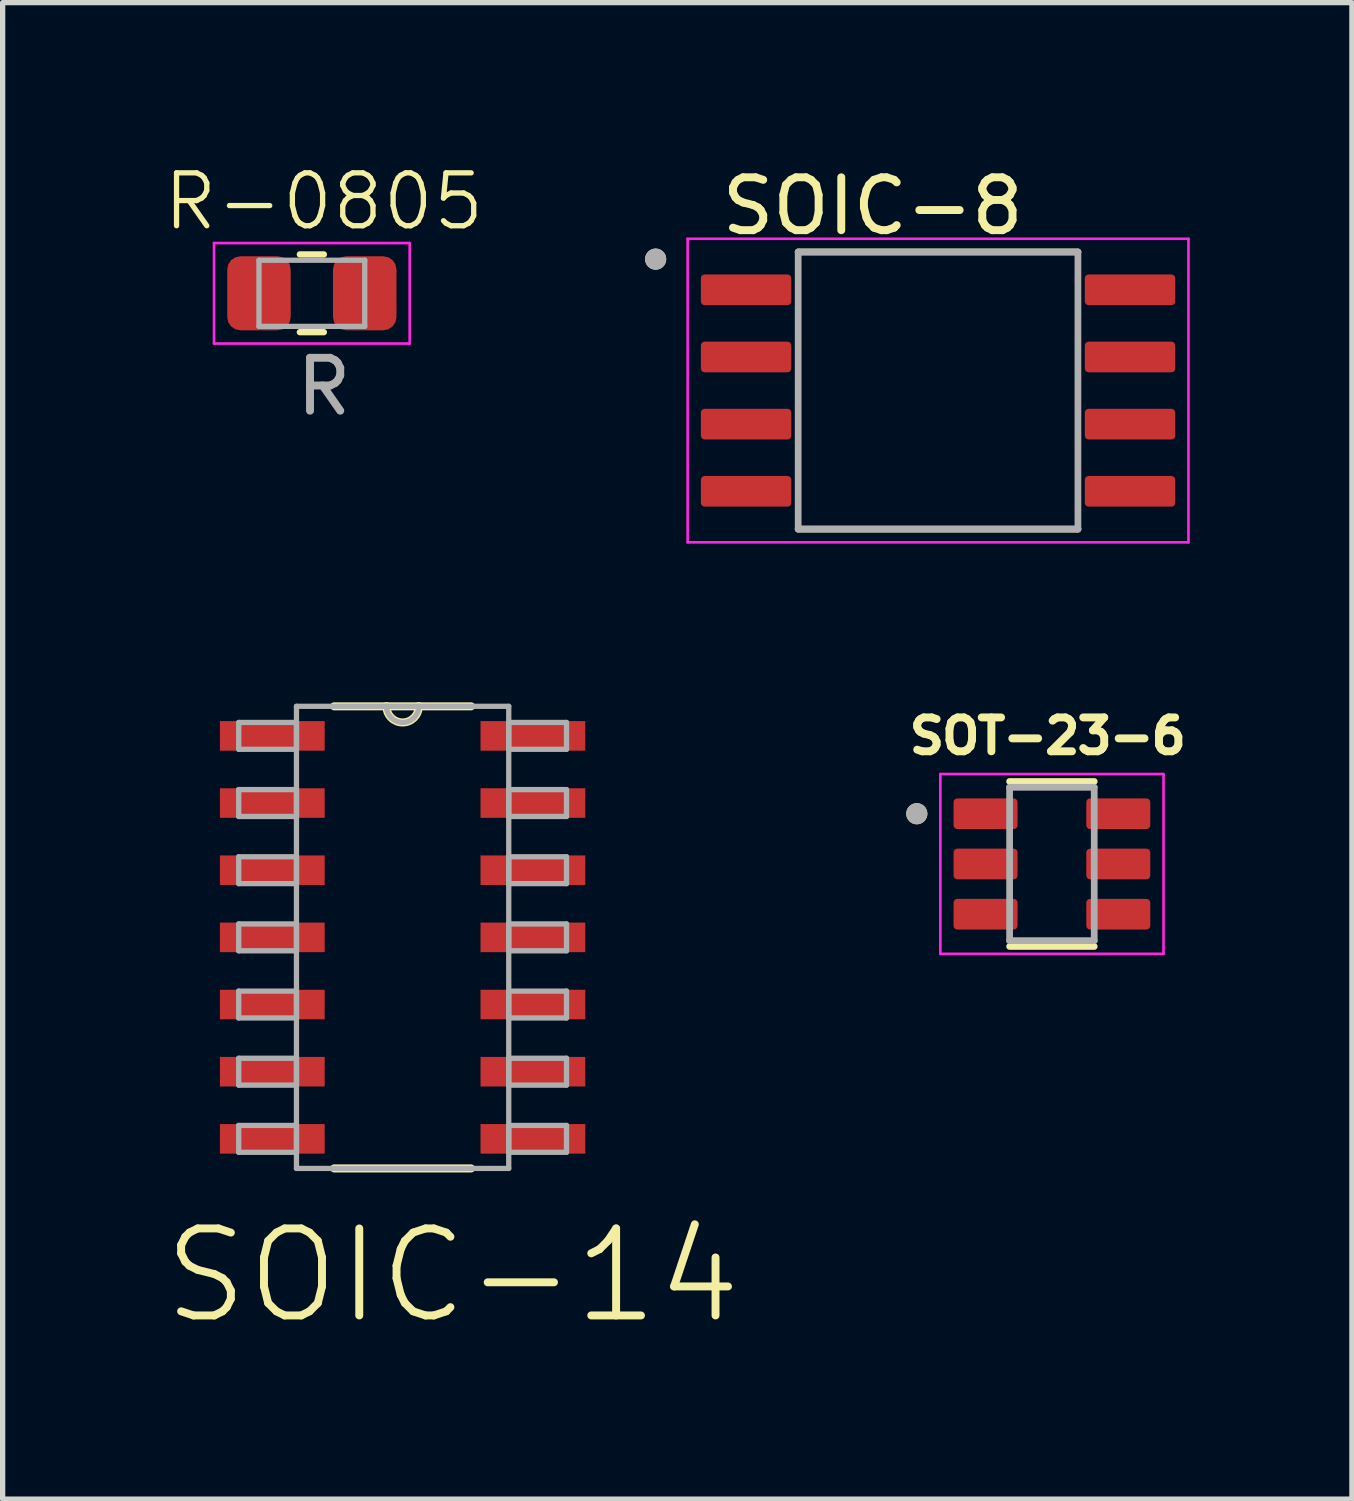
<source format=kicad_pcb>
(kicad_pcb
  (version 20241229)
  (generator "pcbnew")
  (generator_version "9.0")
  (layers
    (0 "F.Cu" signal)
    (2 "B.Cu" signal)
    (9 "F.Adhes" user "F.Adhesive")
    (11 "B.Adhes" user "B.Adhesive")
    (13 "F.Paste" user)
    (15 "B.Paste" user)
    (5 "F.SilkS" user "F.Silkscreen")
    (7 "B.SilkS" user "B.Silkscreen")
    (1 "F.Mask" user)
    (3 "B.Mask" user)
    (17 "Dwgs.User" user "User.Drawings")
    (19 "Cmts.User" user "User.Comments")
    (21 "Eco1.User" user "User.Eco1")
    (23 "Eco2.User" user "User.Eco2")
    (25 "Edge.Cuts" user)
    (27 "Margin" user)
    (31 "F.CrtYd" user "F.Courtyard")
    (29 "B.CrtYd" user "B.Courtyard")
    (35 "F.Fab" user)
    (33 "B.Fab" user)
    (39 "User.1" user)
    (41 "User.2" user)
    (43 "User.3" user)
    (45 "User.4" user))
  (footprint "SOIC-14"
    (layer "F.Cu")
    (at 4.563 14.675)
    (property "Reference" "SOIC-14" (at 0.943 6.396 0) (layer "F.SilkS") (effects (font (size 1.645 1.645) (thickness 0.15))))
    (attr smd)
    (fp_line (start -1.295 4.369) (end 1.295 4.369) (stroke (width 0.152) (type solid)) (layer "F.SilkS"))
    (fp_line (start -0.305 -4.369) (end -1.295 -4.369) (stroke (width 0.152) (type solid)) (layer "F.SilkS"))
    (fp_line (start 0.305 -4.369) (end -0.305 -4.369) (stroke (width 0.152) (type solid)) (layer "F.SilkS"))
    (fp_line (start 1.295 -4.369) (end 0.305 -4.369) (stroke (width 0.152) (type solid)) (layer "F.SilkS"))
    (fp_arc (start 0.3048 -4.3688) (mid 0 -4.064) (end -0.3048 -4.3688) (stroke (width 0.1524) (type solid)) (layer "F.SilkS"))
    (fp_line (start -3.099 -4.064) (end -3.099 -3.556) (stroke (width 0.1) (type solid)) (layer "F.Fab"))
    (fp_line (start -3.099 -3.556) (end -2.007 -3.556) (stroke (width 0.1) (type solid)) (layer "F.Fab"))
    (fp_line (start -3.099 -2.794) (end -3.099 -2.286) (stroke (width 0.1) (type solid)) (layer "F.Fab"))
    (fp_line (start -3.099 -2.286) (end -2.007 -2.286) (stroke (width 0.1) (type solid)) (layer "F.Fab"))
    (fp_line (start -3.099 -1.524) (end -3.099 -1.016) (stroke (width 0.1) (type solid)) (layer "F.Fab"))
    (fp_line (start -3.099 -1.016) (end -2.007 -1.016) (stroke (width 0.1) (type solid)) (layer "F.Fab"))
    (fp_line (start -3.099 -0.254) (end -3.099 0.254) (stroke (width 0.1) (type solid)) (layer "F.Fab"))
    (fp_line (start -3.099 0.254) (end -2.007 0.254) (stroke (width 0.1) (type solid)) (layer "F.Fab"))
    (fp_line (start -3.099 1.016) (end -3.099 1.524) (stroke (width 0.1) (type solid)) (layer "F.Fab"))
    (fp_line (start -3.099 1.524) (end -2.007 1.524) (stroke (width 0.1) (type solid)) (layer "F.Fab"))
    (fp_line (start -3.099 2.286) (end -3.099 2.794) (stroke (width 0.1) (type solid)) (layer "F.Fab"))
    (fp_line (start -3.099 2.794) (end -2.007 2.794) (stroke (width 0.1) (type solid)) (layer "F.Fab"))
    (fp_line (start -3.099 3.556) (end -3.099 4.064) (stroke (width 0.1) (type solid)) (layer "F.Fab"))
    (fp_line (start -3.099 4.064) (end -2.007 4.064) (stroke (width 0.1) (type solid)) (layer "F.Fab"))
    (fp_line (start -2.007 -4.369) (end -2.007 4.369) (stroke (width 0.1) (type solid)) (layer "F.Fab"))
    (fp_line (start -2.007 -4.064) (end -3.099 -4.064) (stroke (width 0.1) (type solid)) (layer "F.Fab"))
    (fp_line (start -2.007 -3.556) (end -2.007 -4.064) (stroke (width 0.1) (type solid)) (layer "F.Fab"))
    (fp_line (start -2.007 -2.794) (end -3.099 -2.794) (stroke (width 0.1) (type solid)) (layer "F.Fab"))
    (fp_line (start -2.007 -2.286) (end -2.007 -2.794) (stroke (width 0.1) (type solid)) (layer "F.Fab"))
    (fp_line (start -2.007 -1.524) (end -3.099 -1.524) (stroke (width 0.1) (type solid)) (layer "F.Fab"))
    (fp_line (start -2.007 -1.016) (end -2.007 -1.524) (stroke (width 0.1) (type solid)) (layer "F.Fab"))
    (fp_line (start -2.007 -0.254) (end -3.099 -0.254) (stroke (width 0.1) (type solid)) (layer "F.Fab"))
    (fp_line (start -2.007 0.254) (end -2.007 -0.254) (stroke (width 0.1) (type solid)) (layer "F.Fab"))
    (fp_line (start -2.007 1.016) (end -3.099 1.016) (stroke (width 0.1) (type solid)) (layer "F.Fab"))
    (fp_line (start -2.007 1.524) (end -2.007 1.016) (stroke (width 0.1) (type solid)) (layer "F.Fab"))
    (fp_line (start -2.007 2.286) (end -3.099 2.286) (stroke (width 0.1) (type solid)) (layer "F.Fab"))
    (fp_line (start -2.007 2.794) (end -2.007 2.286) (stroke (width 0.1) (type solid)) (layer "F.Fab"))
    (fp_line (start -2.007 3.556) (end -3.099 3.556) (stroke (width 0.1) (type solid)) (layer "F.Fab"))
    (fp_line (start -2.007 4.064) (end -2.007 3.556) (stroke (width 0.1) (type solid)) (layer "F.Fab"))
    (fp_line (start -2.007 4.369) (end 2.007 4.369) (stroke (width 0.1) (type solid)) (layer "F.Fab"))
    (fp_line (start -0.305 -4.369) (end -2.007 -4.369) (stroke (width 0.1) (type solid)) (layer "F.Fab"))
    (fp_line (start 0.305 -4.369) (end -0.305 -4.369) (stroke (width 0.1) (type solid)) (layer "F.Fab"))
    (fp_line (start 2.007 -4.369) (end 0.305 -4.369) (stroke (width 0.1) (type solid)) (layer "F.Fab"))
    (fp_line (start 2.007 -4.064) (end 2.007 -3.556) (stroke (width 0.1) (type solid)) (layer "F.Fab"))
    (fp_line (start 2.007 -3.556) (end 3.099 -3.556) (stroke (width 0.1) (type solid)) (layer "F.Fab"))
    (fp_line (start 2.007 -2.794) (end 2.007 -2.286) (stroke (width 0.1) (type solid)) (layer "F.Fab"))
    (fp_line (start 2.007 -2.286) (end 3.099 -2.286) (stroke (width 0.1) (type solid)) (layer "F.Fab"))
    (fp_line (start 2.007 -1.524) (end 2.007 -1.016) (stroke (width 0.1) (type solid)) (layer "F.Fab"))
    (fp_line (start 2.007 -1.016) (end 3.099 -1.016) (stroke (width 0.1) (type solid)) (layer "F.Fab"))
    (fp_line (start 2.007 -0.254) (end 2.007 0.254) (stroke (width 0.1) (type solid)) (layer "F.Fab"))
    (fp_line (start 2.007 0.254) (end 3.099 0.254) (stroke (width 0.1) (type solid)) (layer "F.Fab"))
    (fp_line (start 2.007 1.016) (end 2.007 1.524) (stroke (width 0.1) (type solid)) (layer "F.Fab"))
    (fp_line (start 2.007 1.524) (end 3.099 1.524) (stroke (width 0.1) (type solid)) (layer "F.Fab"))
    (fp_line (start 2.007 2.286) (end 2.007 2.794) (stroke (width 0.1) (type solid)) (layer "F.Fab"))
    (fp_line (start 2.007 2.794) (end 3.099 2.794) (stroke (width 0.1) (type solid)) (layer "F.Fab"))
    (fp_line (start 2.007 3.556) (end 2.007 4.064) (stroke (width 0.1) (type solid)) (layer "F.Fab"))
    (fp_line (start 2.007 4.064) (end 3.099 4.064) (stroke (width 0.1) (type solid)) (layer "F.Fab"))
    (fp_line (start 2.007 4.369) (end 2.007 -4.369) (stroke (width 0.1) (type solid)) (layer "F.Fab"))
    (fp_line (start 3.099 -4.064) (end 2.007 -4.064) (stroke (width 0.1) (type solid)) (layer "F.Fab"))
    (fp_line (start 3.099 -3.556) (end 3.099 -4.064) (stroke (width 0.1) (type solid)) (layer "F.Fab"))
    (fp_line (start 3.099 -2.794) (end 2.007 -2.794) (stroke (width 0.1) (type solid)) (layer "F.Fab"))
    (fp_line (start 3.099 -2.286) (end 3.099 -2.794) (stroke (width 0.1) (type solid)) (layer "F.Fab"))
    (fp_line (start 3.099 -1.524) (end 2.007 -1.524) (stroke (width 0.1) (type solid)) (layer "F.Fab"))
    (fp_line (start 3.099 -1.016) (end 3.099 -1.524) (stroke (width 0.1) (type solid)) (layer "F.Fab"))
    (fp_line (start 3.099 -0.254) (end 2.007 -0.254) (stroke (width 0.1) (type solid)) (layer "F.Fab"))
    (fp_line (start 3.099 0.254) (end 3.099 -0.254) (stroke (width 0.1) (type solid)) (layer "F.Fab"))
    (fp_line (start 3.099 1.016) (end 2.007 1.016) (stroke (width 0.1) (type solid)) (layer "F.Fab"))
    (fp_line (start 3.099 1.524) (end 3.099 1.016) (stroke (width 0.1) (type solid)) (layer "F.Fab"))
    (fp_line (start 3.099 2.286) (end 2.007 2.286) (stroke (width 0.1) (type solid)) (layer "F.Fab"))
    (fp_line (start 3.099 2.794) (end 3.099 2.286) (stroke (width 0.1) (type solid)) (layer "F.Fab"))
    (fp_line (start 3.099 3.556) (end 2.007 3.556) (stroke (width 0.1) (type solid)) (layer "F.Fab"))
    (fp_line (start 3.099 4.064) (end 3.099 3.556) (stroke (width 0.1) (type solid)) (layer "F.Fab"))
    (fp_arc (start 0.3048 -4.3688) (mid 0 -4.064) (end -0.3048 -4.3688) (stroke (width 0.1) (type solid)) (layer "F.Fab"))
    (pad "1" smd rect (at -2.464 -3.81) (size 1.981 0.559) (layers "F.Cu" "F.Mask" "F.Paste"))
    (pad "2" smd rect (at -2.464 -2.54) (size 1.981 0.559) (layers "F.Cu" "F.Mask" "F.Paste"))
    (pad "3" smd rect (at -2.464 -1.27) (size 1.981 0.559) (layers "F.Cu" "F.Mask" "F.Paste"))
    (pad "4" smd rect (at -2.464 0) (size 1.981 0.559) (layers "F.Cu" "F.Mask" "F.Paste"))
    (pad "5" smd rect (at -2.464 1.27) (size 1.981 0.559) (layers "F.Cu" "F.Mask" "F.Paste"))
    (pad "6" smd rect (at -2.464 2.54) (size 1.981 0.559) (layers "F.Cu" "F.Mask" "F.Paste"))
    (pad "7" smd rect (at -2.464 3.81) (size 1.981 0.559) (layers "F.Cu" "F.Mask" "F.Paste"))
    (pad "8" smd rect (at 2.464 3.81) (size 1.981 0.559) (layers "F.Cu" "F.Mask" "F.Paste"))
    (pad "9" smd rect (at 2.464 2.54) (size 1.981 0.559) (layers "F.Cu" "F.Mask" "F.Paste"))
    (pad "10" smd rect (at 2.464 1.27) (size 1.981 0.559) (layers "F.Cu" "F.Mask" "F.Paste"))
    (pad "11" smd rect (at 2.464 0) (size 1.981 0.559) (layers "F.Cu" "F.Mask" "F.Paste"))
    (pad "12" smd rect (at 2.464 -1.27) (size 1.981 0.559) (layers "F.Cu" "F.Mask" "F.Paste"))
    (pad "13" smd rect (at 2.464 -2.54) (size 1.981 0.559) (layers "F.Cu" "F.Mask" "F.Paste"))
    (pad "14" smd rect (at 2.464 -3.81) (size 1.981 0.559) (layers "F.Cu" "F.Mask" "F.Paste")))
  (footprint "SOT-23-6"
    (layer "F.Cu")
    (at 16.841 13.287)
    (property "Reference" "SOT-23-6" (at -0.078 -2.419 0) (layer "F.SilkS") (effects (font (size 0.64 0.64) (thickness 0.15))))
    (attr smd)
    (fp_line (start 0.8 -1.56) (end -0.8 -1.56) (stroke (width 0.127) (type solid)) (layer "F.SilkS"))
    (fp_line (start 0.8 1.56) (end -0.8 1.56) (stroke (width 0.127) (type solid)) (layer "F.SilkS"))
    (fp_circle (center -2.555 -0.95) (end -2.455 -0.95) (stroke (width 0.2) (type solid)) (fill no) (layer "F.SilkS"))
    (fp_line (start -2.11 -1.7) (end -2.11 1.7) (stroke (width 0.05) (type solid)) (layer "F.CrtYd"))
    (fp_line (start -2.11 1.7) (end 2.11 1.7) (stroke (width 0.05) (type solid)) (layer "F.CrtYd"))
    (fp_line (start 2.11 -1.7) (end -2.11 -1.7) (stroke (width 0.05) (type solid)) (layer "F.CrtYd"))
    (fp_line (start 2.11 1.7) (end 2.11 -1.7) (stroke (width 0.05) (type solid)) (layer "F.CrtYd"))
    (fp_line (start -0.8 -1.45) (end 0.8 -1.45) (stroke (width 0.127) (type solid)) (layer "F.Fab"))
    (fp_line (start -0.8 1.45) (end -0.8 -1.45) (stroke (width 0.127) (type solid)) (layer "F.Fab"))
    (fp_line (start 0.8 -1.45) (end 0.8 1.45) (stroke (width 0.127) (type solid)) (layer "F.Fab"))
    (fp_line (start 0.8 1.45) (end -0.8 1.45) (stroke (width 0.127) (type solid)) (layer "F.Fab"))
    (fp_circle (center -2.555 -0.95) (end -2.455 -0.95) (stroke (width 0.2) (type solid)) (fill no) (layer "F.Fab"))
    (pad "1" smd roundrect (at -1.255 -0.95) (size 1.21 0.58) (layers "F.Cu" "F.Mask" "F.Paste") (roundrect_rratio 0.125))
    (pad "2" smd roundrect (at -1.255 0) (size 1.21 0.58) (layers "F.Cu" "F.Mask" "F.Paste") (roundrect_rratio 0.125))
    (pad "3" smd roundrect (at -1.255 0.95) (size 1.21 0.58) (layers "F.Cu" "F.Mask" "F.Paste") (roundrect_rratio 0.125))
    (pad "4" smd roundrect (at 1.255 0.95) (size 1.21 0.58) (layers "F.Cu" "F.Mask" "F.Paste") (roundrect_rratio 0.125))
    (pad "5" smd roundrect (at 1.255 0) (size 1.21 0.58) (layers "F.Cu" "F.Mask" "F.Paste") (roundrect_rratio 0.125))
    (pad "6" smd roundrect (at 1.255 -0.95) (size 1.21 0.58) (layers "F.Cu" "F.Mask" "F.Paste") (roundrect_rratio 0.125)))
  (footprint "SOIC-8"
    (layer "F.Cu")
    (at 14.688 4.335)
    (property "Reference" "SOIC-8" (at -1.235 -3.487 0) (layer "F.SilkS") (effects (font (size 1 1) (thickness 0.15))))
    (attr smd)
    (fp_line (start -2.645 -2.62) (end 2.645 -2.62) (stroke (width 0.127) (type solid)) (layer "F.SilkS"))
    (fp_line (start -2.645 2.62) (end 2.645 2.62) (stroke (width 0.127) (type solid)) (layer "F.SilkS"))
    (fp_circle (center -5.34 -2.485) (end -5.24 -2.485) (stroke (width 0.2) (type solid)) (fill no) (layer "F.SilkS"))
    (fp_line (start -4.735 -2.87) (end -4.735 2.87) (stroke (width 0.05) (type solid)) (layer "F.CrtYd"))
    (fp_line (start -4.735 -2.87) (end 4.735 -2.87) (stroke (width 0.05) (type solid)) (layer "F.CrtYd"))
    (fp_line (start -4.735 2.87) (end 4.735 2.87) (stroke (width 0.05) (type solid)) (layer "F.CrtYd"))
    (fp_line (start 4.735 -2.87) (end 4.735 2.87) (stroke (width 0.05) (type solid)) (layer "F.CrtYd"))
    (fp_line (start -2.645 -2.62) (end -2.645 2.62) (stroke (width 0.127) (type solid)) (layer "F.Fab"))
    (fp_line (start -2.645 -2.62) (end 2.645 -2.62) (stroke (width 0.127) (type solid)) (layer "F.Fab"))
    (fp_line (start -2.645 2.62) (end 2.645 2.62) (stroke (width 0.127) (type solid)) (layer "F.Fab"))
    (fp_line (start 2.645 -2.62) (end 2.645 2.62) (stroke (width 0.127) (type solid)) (layer "F.Fab"))
    (fp_circle (center -5.34 -2.485) (end -5.24 -2.485) (stroke (width 0.2) (type solid)) (fill no) (layer "F.Fab"))
    (pad "1" smd roundrect (at -3.63 -1.905) (size 1.71 0.58) (layers "F.Cu" "F.Mask" "F.Paste") (roundrect_rratio 0.125))
    (pad "2" smd roundrect (at -3.63 -0.635) (size 1.71 0.58) (layers "F.Cu" "F.Mask" "F.Paste") (roundrect_rratio 0.125))
    (pad "3" smd roundrect (at -3.63 0.635) (size 1.71 0.58) (layers "F.Cu" "F.Mask" "F.Paste") (roundrect_rratio 0.125))
    (pad "4" smd roundrect (at -3.63 1.905) (size 1.71 0.58) (layers "F.Cu" "F.Mask" "F.Paste") (roundrect_rratio 0.125))
    (pad "5" smd roundrect (at 3.63 1.905) (size 1.71 0.58) (layers "F.Cu" "F.Mask" "F.Paste") (roundrect_rratio 0.125))
    (pad "6" smd roundrect (at 3.63 0.635) (size 1.71 0.58) (layers "F.Cu" "F.Mask" "F.Paste") (roundrect_rratio 0.125))
    (pad "7" smd roundrect (at 3.63 -0.635) (size 1.71 0.58) (layers "F.Cu" "F.Mask" "F.Paste") (roundrect_rratio 0.125))
    (pad "8" smd roundrect (at 3.63 -1.905) (size 1.71 0.58) (layers "F.Cu" "F.Mask" "F.Paste") (roundrect_rratio 0.125)))
  (footprint "R-0805"
    (layer "F.Cu")
    (at 2.847 2.481)
    (property "Reference" "R-0805" (at 0.227 -1.72 0) (unlocked yes) (layer "F.SilkS") (effects (font (size 1 1) (thickness 0.1))))
    (attr smd)
    (fp_line (start -0.227 -0.72) (end 0.227 -0.72) (stroke (width 0.12) (type solid)) (layer "F.SilkS"))
    (fp_line (start -0.227 0.75) (end 0.227 0.75) (stroke (width 0.12) (type solid)) (layer "F.SilkS"))
    (fp_line (start -1.85 -0.935) (end 1.85 -0.935) (stroke (width 0.05) (type solid)) (layer "F.CrtYd"))
    (fp_line (start -1.85 0.965) (end -1.85 -0.935) (stroke (width 0.05) (type solid)) (layer "F.CrtYd"))
    (fp_line (start 1.85 -0.935) (end 1.85 0.965) (stroke (width 0.05) (type solid)) (layer "F.CrtYd"))
    (fp_line (start 1.85 0.965) (end -1.85 0.965) (stroke (width 0.05) (type solid)) (layer "F.CrtYd"))
    (fp_line (start -1 -0.61) (end 1 -0.61) (stroke (width 0.1) (type solid)) (layer "F.Fab"))
    (fp_line (start -1 0.64) (end -1 -0.61) (stroke (width 0.1) (type solid)) (layer "F.Fab"))
    (fp_line (start 1 -0.61) (end 1 0.64) (stroke (width 0.1) (type solid)) (layer "F.Fab"))
    (fp_line (start 1 0.64) (end -1 0.64) (stroke (width 0.1) (type solid)) (layer "F.Fab"))
    (fp_text user "R" (at 0.227 1.78 0) (unlocked yes) (layer "F.Fab") (effects (font (size 1 1) (thickness 0.15))))
    (pad "1" smd roundrect (at -1 0.015) (size 1.2 1.4) (layers "F.Cu" "F.Mask" "F.Paste") (roundrect_rratio 0.208))
    (pad "2" smd roundrect (at 1 0.015) (size 1.2 1.4) (layers "F.Cu" "F.Mask" "F.Paste") (roundrect_rratio 0.208)))
  (gr_rect
    (start -3 -3)
    (end 22.514 25.297)
    (stroke (width 0.1) (type default))
    (fill no)
    (layer "Edge.Cuts")))
</source>
